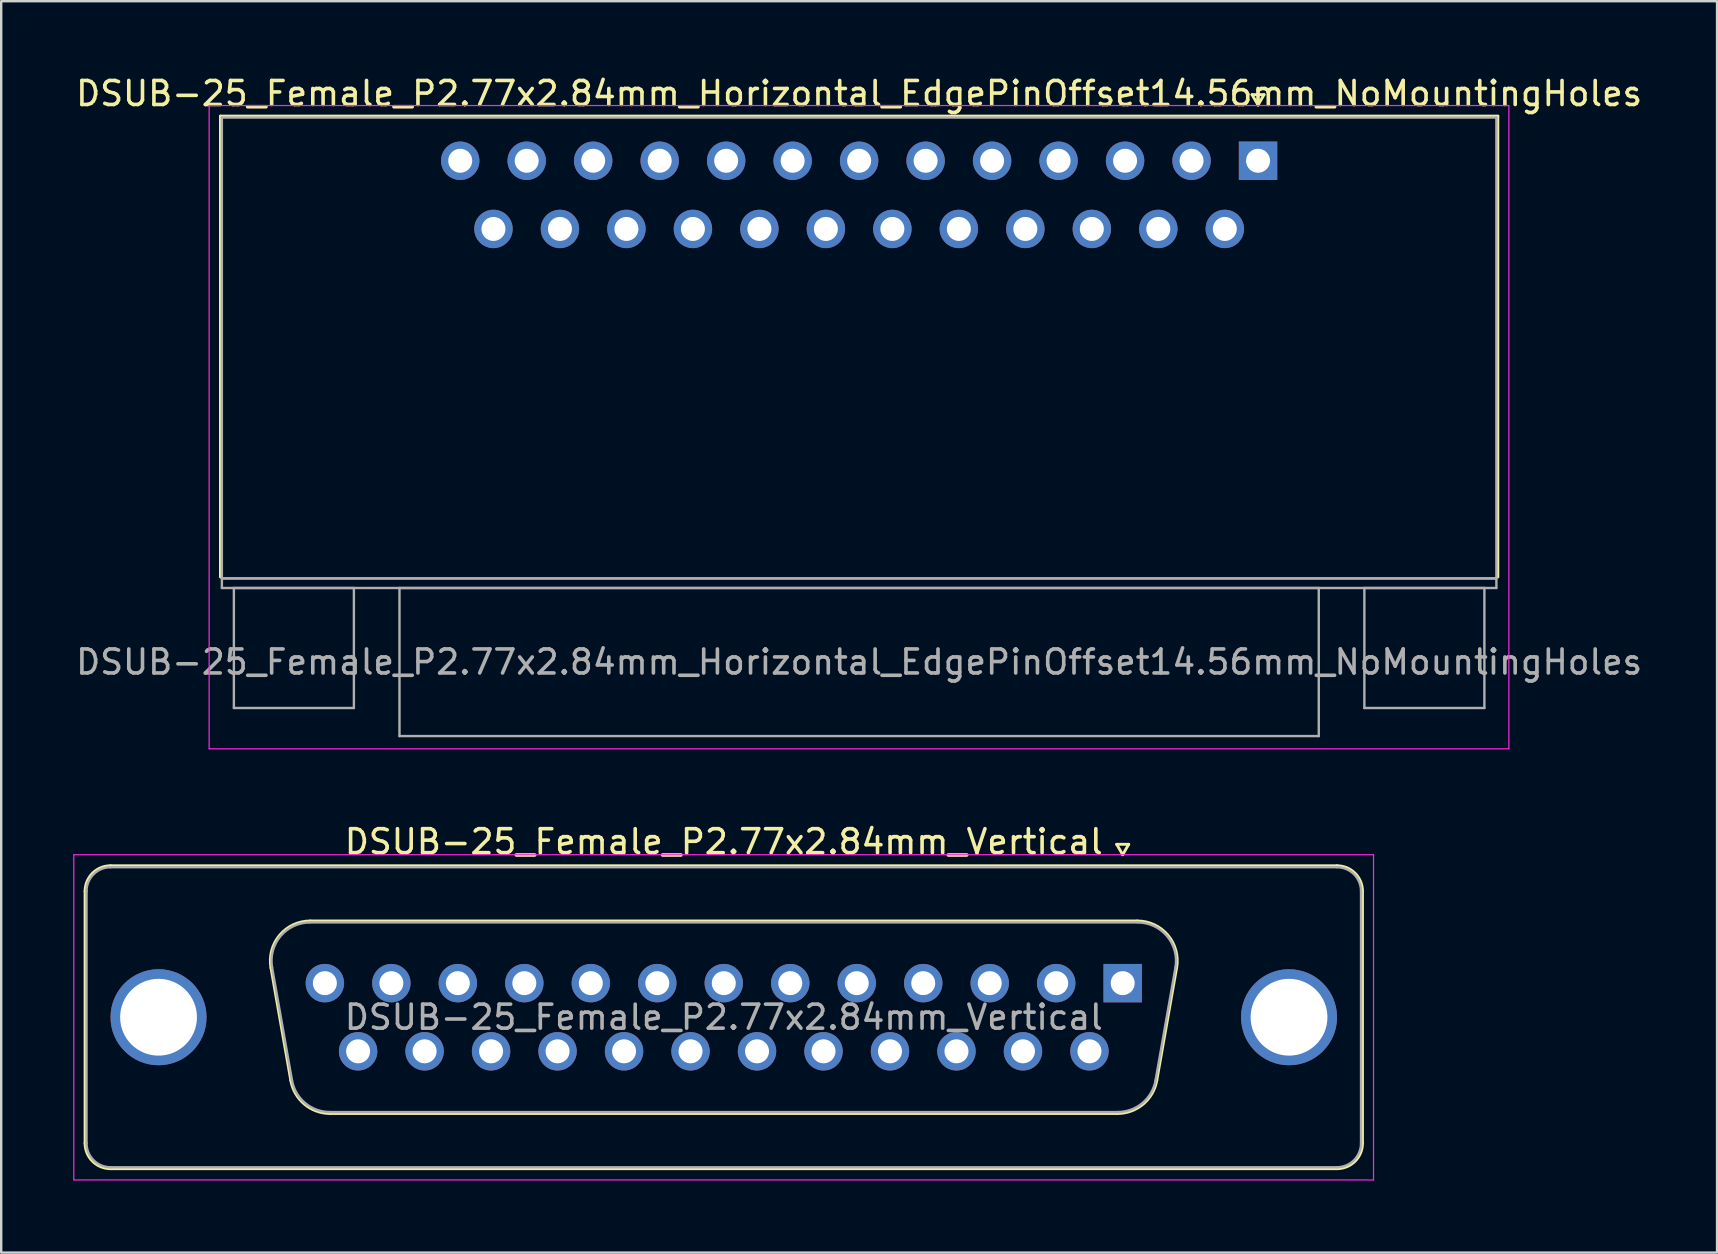
<source format=kicad_pcb>
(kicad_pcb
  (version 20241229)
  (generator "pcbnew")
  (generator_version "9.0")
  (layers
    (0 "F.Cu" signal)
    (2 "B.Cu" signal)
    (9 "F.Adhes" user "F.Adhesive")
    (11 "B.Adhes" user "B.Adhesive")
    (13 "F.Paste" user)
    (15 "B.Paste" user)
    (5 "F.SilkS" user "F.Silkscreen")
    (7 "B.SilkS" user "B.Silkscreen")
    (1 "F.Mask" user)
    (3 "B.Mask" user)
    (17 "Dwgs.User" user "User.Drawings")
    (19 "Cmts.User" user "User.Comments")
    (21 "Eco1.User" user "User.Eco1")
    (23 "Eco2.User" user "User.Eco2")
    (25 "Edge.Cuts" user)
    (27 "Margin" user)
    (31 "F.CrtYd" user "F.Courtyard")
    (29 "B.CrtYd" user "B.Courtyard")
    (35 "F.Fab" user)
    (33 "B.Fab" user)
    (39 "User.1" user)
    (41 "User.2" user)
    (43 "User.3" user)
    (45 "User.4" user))
  (footprint "DSUB-25_Female_P2.77x2.84mm_Vertical"
    (layer "F.Cu")
    (at 43.725 37.911)
    (property "Reference" "DSUB-25_Female_P2.77x2.84mm_Vertical" (at -16.62 -5.89 0) (layer "F.SilkS") (effects (font (size 1 1) (thickness 0.15))))
    (attr through_hole)
    (fp_line (start -43.23 6.67) (end -43.23 -3.83) (stroke (width 0.12) (type solid)) (layer "F.SilkS"))
    (fp_line (start -42.17 -4.89) (end 8.93 -4.89) (stroke (width 0.12) (type solid)) (layer "F.SilkS"))
    (fp_line (start -35.486 -0.642) (end -34.658 4.058) (stroke (width 0.12) (type solid)) (layer "F.SilkS"))
    (fp_line (start -33.852 -2.59) (end 0.612 -2.59) (stroke (width 0.12) (type solid)) (layer "F.SilkS"))
    (fp_line (start -33.023 5.43) (end -0.217 5.43) (stroke (width 0.12) (type solid)) (layer "F.SilkS"))
    (fp_line (start -0.25 -5.784) (end 0.25 -5.784) (stroke (width 0.12) (type solid)) (layer "F.SilkS"))
    (fp_line (start 0 -5.351) (end -0.25 -5.784) (stroke (width 0.12) (type solid)) (layer "F.SilkS"))
    (fp_line (start 0.25 -5.784) (end 0 -5.351) (stroke (width 0.12) (type solid)) (layer "F.SilkS"))
    (fp_line (start 2.246 -0.642) (end 1.418 4.058) (stroke (width 0.12) (type solid)) (layer "F.SilkS"))
    (fp_line (start 8.93 7.73) (end -42.17 7.73) (stroke (width 0.12) (type solid)) (layer "F.SilkS"))
    (fp_line (start 9.99 -3.83) (end 9.99 6.67) (stroke (width 0.12) (type solid)) (layer "F.SilkS"))
    (fp_arc (start -43.23 -3.83) (mid -42.919533 -4.579533) (end -42.17 -4.89) (stroke (width 0.12) (type solid)) (layer "F.SilkS"))
    (fp_arc (start -42.17 7.73) (mid -42.919533 7.419533) (end -43.23 6.67) (stroke (width 0.12) (type solid)) (layer "F.SilkS"))
    (fp_arc (start -35.48647 -0.641744) (mid -35.123323 -1.997028) (end -33.851689 -2.59) (stroke (width 0.12) (type solid)) (layer "F.SilkS"))
    (fp_arc (start -33.022952 5.43) (mid -34.089979 5.041634) (end -34.657733 4.058256) (stroke (width 0.12) (type solid)) (layer "F.SilkS"))
    (fp_arc (start 0.611689 -2.59) (mid 1.883323 -1.997027) (end 2.24647 -0.641744) (stroke (width 0.12) (type solid)) (layer "F.SilkS"))
    (fp_arc (start 1.417733 4.058256) (mid 0.84998 5.041634) (end -0.217048 5.43) (stroke (width 0.12) (type solid)) (layer "F.SilkS"))
    (fp_arc (start 8.93 -4.89) (mid 9.679533 -4.579533) (end 9.99 -3.83) (stroke (width 0.12) (type solid)) (layer "F.SilkS"))
    (fp_arc (start 9.99 6.67) (mid 9.679533 7.419533) (end 8.93 7.73) (stroke (width 0.12) (type solid)) (layer "F.SilkS"))
    (fp_line (start -43.7 -5.35) (end -43.7 8.2) (stroke (width 0.05) (type solid)) (layer "F.CrtYd"))
    (fp_line (start -43.7 8.2) (end 10.45 8.2) (stroke (width 0.05) (type solid)) (layer "F.CrtYd"))
    (fp_line (start 10.45 -5.35) (end -43.7 -5.35) (stroke (width 0.05) (type solid)) (layer "F.CrtYd"))
    (fp_line (start 10.45 8.2) (end 10.45 -5.35) (stroke (width 0.05) (type solid)) (layer "F.CrtYd"))
    (fp_line (start -43.17 6.67) (end -43.17 -3.83) (stroke (width 0.1) (type solid)) (layer "F.Fab"))
    (fp_line (start -42.17 -4.83) (end 8.93 -4.83) (stroke (width 0.1) (type solid)) (layer "F.Fab"))
    (fp_line (start -35.439 -0.652) (end -34.61 4.048) (stroke (width 0.1) (type solid)) (layer "F.Fab"))
    (fp_line (start -33.863 -2.53) (end 0.623 -2.53) (stroke (width 0.1) (type solid)) (layer "F.Fab"))
    (fp_line (start -33.034 5.37) (end -0.206 5.37) (stroke (width 0.1) (type solid)) (layer "F.Fab"))
    (fp_line (start 2.199 -0.652) (end 1.37 4.048) (stroke (width 0.1) (type solid)) (layer "F.Fab"))
    (fp_line (start 8.93 7.67) (end -42.17 7.67) (stroke (width 0.1) (type solid)) (layer "F.Fab"))
    (fp_line (start 9.93 -3.83) (end 9.93 6.67) (stroke (width 0.1) (type solid)) (layer "F.Fab"))
    (fp_arc (start -43.17 -3.83) (mid -42.877107 -4.537107) (end -42.17 -4.83) (stroke (width 0.1) (type solid)) (layer "F.Fab"))
    (fp_arc (start -42.17 7.67) (mid -42.877107 7.377107) (end -43.17 6.67) (stroke (width 0.1) (type solid)) (layer "F.Fab"))
    (fp_arc (start -35.438886 -0.652163) (mid -35.088865 -1.95846) (end -33.863194 -2.53) (stroke (width 0.1) (type solid)) (layer "F.Fab"))
    (fp_arc (start -33.034457 5.37) (mid -34.062917 4.995671) (end -34.610149 4.047837) (stroke (width 0.1) (type solid)) (layer "F.Fab"))
    (fp_arc (start 0.623194 -2.53) (mid 1.848865 -1.95846) (end 2.198886 -0.652163) (stroke (width 0.1) (type solid)) (layer "F.Fab"))
    (fp_arc (start 1.370149 4.047837) (mid 0.822917 4.995671) (end -0.205543 5.37) (stroke (width 0.1) (type solid)) (layer "F.Fab"))
    (fp_arc (start 8.93 -4.83) (mid 9.637107 -4.537107) (end 9.93 -3.83) (stroke (width 0.1) (type solid)) (layer "F.Fab"))
    (fp_arc (start 9.93 6.67) (mid 9.637107 7.377107) (end 8.93 7.67) (stroke (width 0.1) (type solid)) (layer "F.Fab"))
    (fp_text user "${REFERENCE}" (at -16.62 1.42 0) (layer "F.Fab") (effects (font (size 1 1) (thickness 0.15))))
    (pad "0" thru_hole circle (at -40.17 1.42) (size 4 4) (drill 3.2) (layers "*.Cu" "*.Mask"))
    (pad "0" thru_hole circle (at 6.93 1.42) (size 4 4) (drill 3.2) (layers "*.Cu" "*.Mask"))
    (pad "1" thru_hole rect (at 0 0) (size 1.6 1.6) (drill 1) (layers "*.Cu" "*.Mask"))
    (pad "2" thru_hole circle (at -2.77 0) (size 1.6 1.6) (drill 1) (layers "*.Cu" "*.Mask"))
    (pad "3" thru_hole circle (at -5.54 0) (size 1.6 1.6) (drill 1) (layers "*.Cu" "*.Mask"))
    (pad "4" thru_hole circle (at -8.31 0) (size 1.6 1.6) (drill 1) (layers "*.Cu" "*.Mask"))
    (pad "5" thru_hole circle (at -11.08 0) (size 1.6 1.6) (drill 1) (layers "*.Cu" "*.Mask"))
    (pad "6" thru_hole circle (at -13.85 0) (size 1.6 1.6) (drill 1) (layers "*.Cu" "*.Mask"))
    (pad "7" thru_hole circle (at -16.62 0) (size 1.6 1.6) (drill 1) (layers "*.Cu" "*.Mask"))
    (pad "8" thru_hole circle (at -19.39 0) (size 1.6 1.6) (drill 1) (layers "*.Cu" "*.Mask"))
    (pad "9" thru_hole circle (at -22.16 0) (size 1.6 1.6) (drill 1) (layers "*.Cu" "*.Mask"))
    (pad "10" thru_hole circle (at -24.93 0) (size 1.6 1.6) (drill 1) (layers "*.Cu" "*.Mask"))
    (pad "11" thru_hole circle (at -27.7 0) (size 1.6 1.6) (drill 1) (layers "*.Cu" "*.Mask"))
    (pad "12" thru_hole circle (at -30.47 0) (size 1.6 1.6) (drill 1) (layers "*.Cu" "*.Mask"))
    (pad "13" thru_hole circle (at -33.24 0) (size 1.6 1.6) (drill 1) (layers "*.Cu" "*.Mask"))
    (pad "14" thru_hole circle (at -1.385 2.84) (size 1.6 1.6) (drill 1) (layers "*.Cu" "*.Mask"))
    (pad "15" thru_hole circle (at -4.155 2.84) (size 1.6 1.6) (drill 1) (layers "*.Cu" "*.Mask"))
    (pad "16" thru_hole circle (at -6.925 2.84) (size 1.6 1.6) (drill 1) (layers "*.Cu" "*.Mask"))
    (pad "17" thru_hole circle (at -9.695 2.84) (size 1.6 1.6) (drill 1) (layers "*.Cu" "*.Mask"))
    (pad "18" thru_hole circle (at -12.465 2.84) (size 1.6 1.6) (drill 1) (layers "*.Cu" "*.Mask"))
    (pad "19" thru_hole circle (at -15.235 2.84) (size 1.6 1.6) (drill 1) (layers "*.Cu" "*.Mask"))
    (pad "20" thru_hole circle (at -18.005 2.84) (size 1.6 1.6) (drill 1) (layers "*.Cu" "*.Mask"))
    (pad "21" thru_hole circle (at -20.775 2.84) (size 1.6 1.6) (drill 1) (layers "*.Cu" "*.Mask"))
    (pad "22" thru_hole circle (at -23.545 2.84) (size 1.6 1.6) (drill 1) (layers "*.Cu" "*.Mask"))
    (pad "23" thru_hole circle (at -26.315 2.84) (size 1.6 1.6) (drill 1) (layers "*.Cu" "*.Mask"))
    (pad "24" thru_hole circle (at -29.085 2.84) (size 1.6 1.6) (drill 1) (layers "*.Cu" "*.Mask"))
    (pad "25" thru_hole circle (at -31.855 2.84) (size 1.6 1.6) (drill 1) (layers "*.Cu" "*.Mask")))
  (footprint "DSUB-25_Female_P2.77x2.84mm_Horizontal_EdgePinOffset14.56mm_NoMountingHoles"
    (layer "F.Cu")
    (at 49.364 3.648)
    (property "Reference" "DSUB-25_Female_P2.77x2.84mm_Horizontal_EdgePinOffset14.56mm_NoMountingHoles" (at -16.62 -2.8 0) (layer "F.SilkS") (effects (font (size 1 1) (thickness 0.15))))
    (attr through_hole)
    (fp_line (start -43.23 -1.86) (end 9.99 -1.86) (stroke (width 0.12) (type solid)) (layer "F.SilkS"))
    (fp_line (start -43.23 17.34) (end -43.23 -1.86) (stroke (width 0.12) (type solid)) (layer "F.SilkS"))
    (fp_line (start -0.25 -2.754) (end 0.25 -2.754) (stroke (width 0.12) (type solid)) (layer "F.SilkS"))
    (fp_line (start 0 -2.321) (end -0.25 -2.754) (stroke (width 0.12) (type solid)) (layer "F.SilkS"))
    (fp_line (start 0.25 -2.754) (end 0 -2.321) (stroke (width 0.12) (type solid)) (layer "F.SilkS"))
    (fp_line (start 9.99 -1.86) (end 9.99 17.34) (stroke (width 0.12) (type solid)) (layer "F.SilkS"))
    (fp_line (start -43.7 -2.3) (end -43.7 24.5) (stroke (width 0.05) (type solid)) (layer "F.CrtYd"))
    (fp_line (start -43.7 24.5) (end 10.45 24.5) (stroke (width 0.05) (type solid)) (layer "F.CrtYd"))
    (fp_line (start 10.45 -2.3) (end -43.7 -2.3) (stroke (width 0.05) (type solid)) (layer "F.CrtYd"))
    (fp_line (start 10.45 24.5) (end 10.45 -2.3) (stroke (width 0.05) (type solid)) (layer "F.CrtYd"))
    (fp_line (start -43.17 -1.8) (end -43.17 17.4) (stroke (width 0.1) (type solid)) (layer "F.Fab"))
    (fp_line (start -43.17 17.4) (end -43.17 17.8) (stroke (width 0.1) (type solid)) (layer "F.Fab"))
    (fp_line (start -43.17 17.4) (end 9.93 17.4) (stroke (width 0.1) (type solid)) (layer "F.Fab"))
    (fp_line (start -43.17 17.8) (end 9.93 17.8) (stroke (width 0.1) (type solid)) (layer "F.Fab"))
    (fp_line (start -42.67 17.8) (end -42.67 22.8) (stroke (width 0.1) (type solid)) (layer "F.Fab"))
    (fp_line (start -42.67 22.8) (end -37.67 22.8) (stroke (width 0.1) (type solid)) (layer "F.Fab"))
    (fp_line (start -37.67 17.8) (end -42.67 17.8) (stroke (width 0.1) (type solid)) (layer "F.Fab"))
    (fp_line (start -37.67 22.8) (end -37.67 17.8) (stroke (width 0.1) (type solid)) (layer "F.Fab"))
    (fp_line (start -35.77 17.8) (end -35.77 23.97) (stroke (width 0.1) (type solid)) (layer "F.Fab"))
    (fp_line (start -35.77 23.97) (end 2.53 23.97) (stroke (width 0.1) (type solid)) (layer "F.Fab"))
    (fp_line (start 2.53 17.8) (end -35.77 17.8) (stroke (width 0.1) (type solid)) (layer "F.Fab"))
    (fp_line (start 2.53 23.97) (end 2.53 17.8) (stroke (width 0.1) (type solid)) (layer "F.Fab"))
    (fp_line (start 4.43 17.8) (end 4.43 22.8) (stroke (width 0.1) (type solid)) (layer "F.Fab"))
    (fp_line (start 4.43 22.8) (end 9.43 22.8) (stroke (width 0.1) (type solid)) (layer "F.Fab"))
    (fp_line (start 9.43 17.8) (end 4.43 17.8) (stroke (width 0.1) (type solid)) (layer "F.Fab"))
    (fp_line (start 9.43 22.8) (end 9.43 17.8) (stroke (width 0.1) (type solid)) (layer "F.Fab"))
    (fp_line (start 9.93 -1.8) (end -43.17 -1.8) (stroke (width 0.1) (type solid)) (layer "F.Fab"))
    (fp_line (start 9.93 17.4) (end -43.17 17.4) (stroke (width 0.1) (type solid)) (layer "F.Fab"))
    (fp_line (start 9.93 17.4) (end 9.93 -1.8) (stroke (width 0.1) (type solid)) (layer "F.Fab"))
    (fp_line (start 9.93 17.8) (end 9.93 17.4) (stroke (width 0.1) (type solid)) (layer "F.Fab"))
    (fp_text user "${REFERENCE}" (at -16.62 20.885 0) (layer "F.Fab") (effects (font (size 1 1) (thickness 0.15))))
    (pad "1" thru_hole rect (at 0 0) (size 1.6 1.6) (drill 1) (layers "*.Cu" "*.Mask"))
    (pad "2" thru_hole circle (at -2.77 0) (size 1.6 1.6) (drill 1) (layers "*.Cu" "*.Mask"))
    (pad "3" thru_hole circle (at -5.54 0) (size 1.6 1.6) (drill 1) (layers "*.Cu" "*.Mask"))
    (pad "4" thru_hole circle (at -8.31 0) (size 1.6 1.6) (drill 1) (layers "*.Cu" "*.Mask"))
    (pad "5" thru_hole circle (at -11.08 0) (size 1.6 1.6) (drill 1) (layers "*.Cu" "*.Mask"))
    (pad "6" thru_hole circle (at -13.85 0) (size 1.6 1.6) (drill 1) (layers "*.Cu" "*.Mask"))
    (pad "7" thru_hole circle (at -16.62 0) (size 1.6 1.6) (drill 1) (layers "*.Cu" "*.Mask"))
    (pad "8" thru_hole circle (at -19.39 0) (size 1.6 1.6) (drill 1) (layers "*.Cu" "*.Mask"))
    (pad "9" thru_hole circle (at -22.16 0) (size 1.6 1.6) (drill 1) (layers "*.Cu" "*.Mask"))
    (pad "10" thru_hole circle (at -24.93 0) (size 1.6 1.6) (drill 1) (layers "*.Cu" "*.Mask"))
    (pad "11" thru_hole circle (at -27.7 0) (size 1.6 1.6) (drill 1) (layers "*.Cu" "*.Mask"))
    (pad "12" thru_hole circle (at -30.47 0) (size 1.6 1.6) (drill 1) (layers "*.Cu" "*.Mask"))
    (pad "13" thru_hole circle (at -33.24 0) (size 1.6 1.6) (drill 1) (layers "*.Cu" "*.Mask"))
    (pad "14" thru_hole circle (at -1.385 2.84) (size 1.6 1.6) (drill 1) (layers "*.Cu" "*.Mask"))
    (pad "15" thru_hole circle (at -4.155 2.84) (size 1.6 1.6) (drill 1) (layers "*.Cu" "*.Mask"))
    (pad "16" thru_hole circle (at -6.925 2.84) (size 1.6 1.6) (drill 1) (layers "*.Cu" "*.Mask"))
    (pad "17" thru_hole circle (at -9.695 2.84) (size 1.6 1.6) (drill 1) (layers "*.Cu" "*.Mask"))
    (pad "18" thru_hole circle (at -12.465 2.84) (size 1.6 1.6) (drill 1) (layers "*.Cu" "*.Mask"))
    (pad "19" thru_hole circle (at -15.235 2.84) (size 1.6 1.6) (drill 1) (layers "*.Cu" "*.Mask"))
    (pad "20" thru_hole circle (at -18.005 2.84) (size 1.6 1.6) (drill 1) (layers "*.Cu" "*.Mask"))
    (pad "21" thru_hole circle (at -20.775 2.84) (size 1.6 1.6) (drill 1) (layers "*.Cu" "*.Mask"))
    (pad "22" thru_hole circle (at -23.545 2.84) (size 1.6 1.6) (drill 1) (layers "*.Cu" "*.Mask"))
    (pad "23" thru_hole circle (at -26.315 2.84) (size 1.6 1.6) (drill 1) (layers "*.Cu" "*.Mask"))
    (pad "24" thru_hole circle (at -29.085 2.84) (size 1.6 1.6) (drill 1) (layers "*.Cu" "*.Mask"))
    (pad "25" thru_hole circle (at -31.855 2.84) (size 1.6 1.6) (drill 1) (layers "*.Cu" "*.Mask")))
  (gr_rect
    (start -3 -3)
    (end 68.488 49.136)
    (stroke (width 0.1) (type default))
    (fill no)
    (layer "Edge.Cuts")))
</source>
